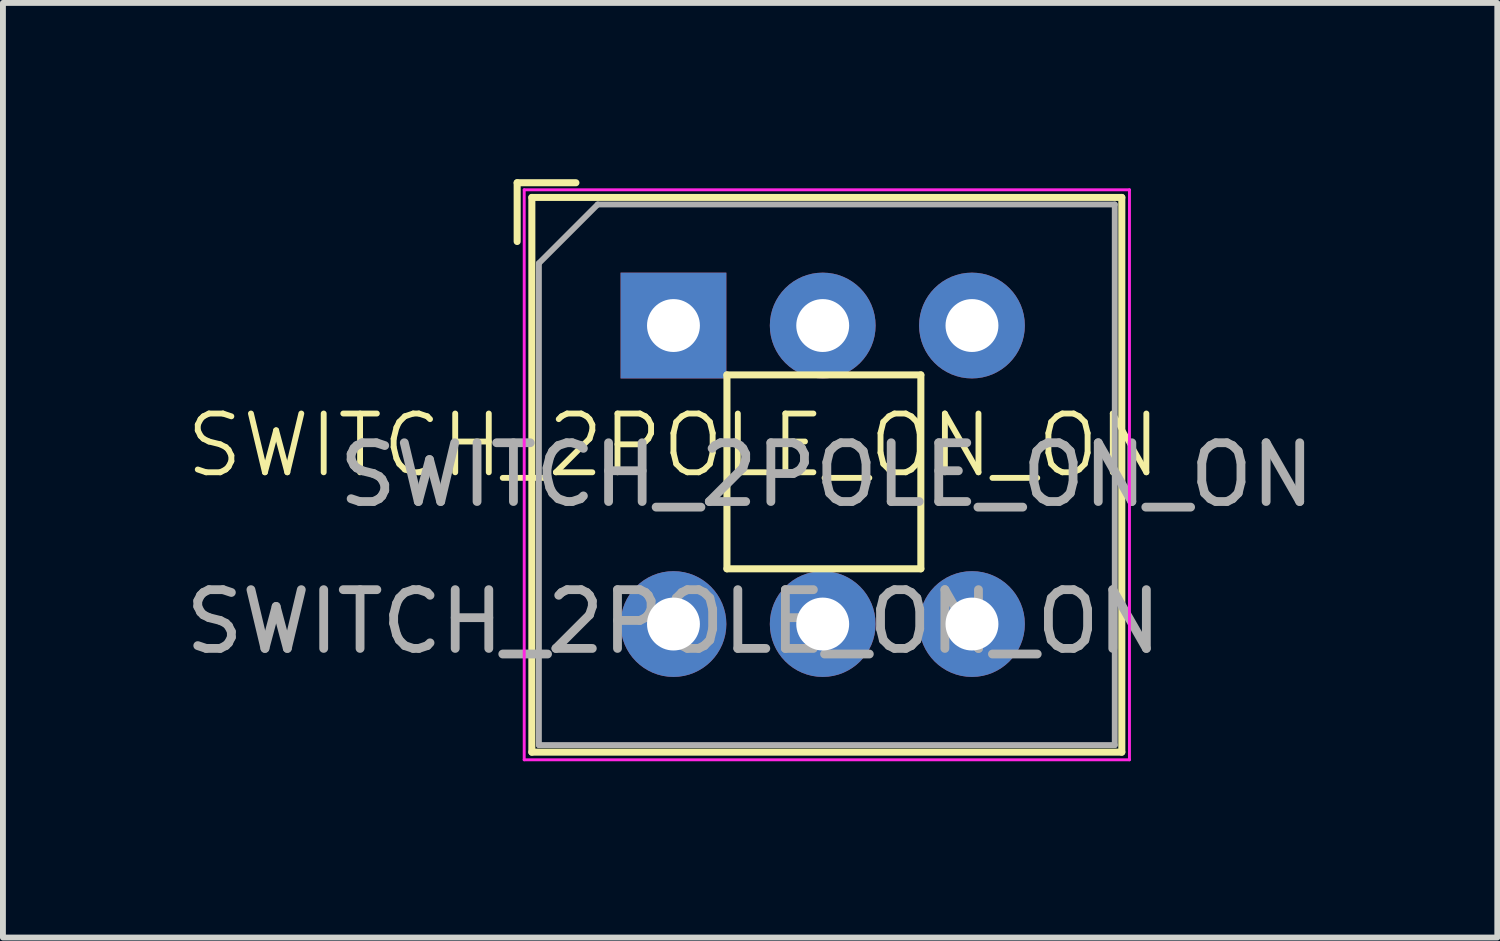
<source format=kicad_pcb>
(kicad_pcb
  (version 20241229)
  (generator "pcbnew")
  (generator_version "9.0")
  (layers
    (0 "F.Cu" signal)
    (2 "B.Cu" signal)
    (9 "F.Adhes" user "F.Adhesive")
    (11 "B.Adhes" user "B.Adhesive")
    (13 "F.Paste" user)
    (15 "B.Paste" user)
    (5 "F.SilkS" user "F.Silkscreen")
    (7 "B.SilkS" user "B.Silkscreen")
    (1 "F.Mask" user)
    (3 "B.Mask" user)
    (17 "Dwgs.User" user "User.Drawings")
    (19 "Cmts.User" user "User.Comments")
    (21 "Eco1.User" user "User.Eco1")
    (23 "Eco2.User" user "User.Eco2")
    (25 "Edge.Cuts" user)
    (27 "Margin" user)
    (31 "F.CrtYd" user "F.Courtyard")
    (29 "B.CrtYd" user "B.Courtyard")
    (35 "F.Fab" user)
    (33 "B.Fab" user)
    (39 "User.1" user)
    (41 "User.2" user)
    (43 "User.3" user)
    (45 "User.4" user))
  (footprint "SWITCH_2POLE_ON_ON"
    (layer "F.Cu")
    (at 8.411 5.03)
    (property "Reference" "SWITCH_2POLE_ON_ON" (at 0 -0.5 0) (unlocked yes) (layer "F.SilkS") (effects (font (size 1 1) (thickness 0.1))))
    (fp_line (start -2.66 -3.97) (end -2.66 -4.97) (stroke (width 0.12) (type solid)) (layer "F.SilkS"))
    (fp_line (start -2.41 4.72) (end -2.41 -4.72) (stroke (width 0.12) (type solid)) (layer "F.SilkS"))
    (fp_line (start -1.66 -4.97) (end -2.66 -4.97) (stroke (width 0.12) (type solid)) (layer "F.SilkS"))
    (fp_line (start 0.91 -1.7) (end 0.91 1.6) (stroke (width 0.12) (type solid)) (layer "F.SilkS"))
    (fp_line (start 4.21 -1.7) (end 0.91 -1.7) (stroke (width 0.12) (type solid)) (layer "F.SilkS"))
    (fp_line (start 4.21 -1.7) (end 4.21 1.6) (stroke (width 0.12) (type solid)) (layer "F.SilkS"))
    (fp_line (start 4.21 1.6) (end 0.91 1.6) (stroke (width 0.12) (type solid)) (layer "F.SilkS"))
    (fp_line (start 7.63 -4.72) (end -2.41 -4.72) (stroke (width 0.12) (type solid)) (layer "F.SilkS"))
    (fp_line (start 7.63 4.72) (end -2.41 4.72) (stroke (width 0.12) (type solid)) (layer "F.SilkS"))
    (fp_line (start 7.63 4.72) (end 7.63 -4.72) (stroke (width 0.12) (type solid)) (layer "F.SilkS"))
    (fp_line (start -2.54 -4.85) (end 7.76 -4.85) (stroke (width 0.05) (type solid)) (layer "F.CrtYd"))
    (fp_line (start -2.54 4.85) (end -2.54 -4.85) (stroke (width 0.05) (type solid)) (layer "F.CrtYd"))
    (fp_line (start -2.54 4.85) (end 7.76 4.85) (stroke (width 0.05) (type solid)) (layer "F.CrtYd"))
    (fp_line (start 7.76 -4.85) (end 7.76 4.85) (stroke (width 0.05) (type solid)) (layer "F.CrtYd"))
    (fp_line (start -2.29 -3.6) (end -1.29 -4.6) (stroke (width 0.1) (type solid)) (layer "F.Fab"))
    (fp_line (start -2.29 4.6) (end -2.29 -3.6) (stroke (width 0.1) (type solid)) (layer "F.Fab"))
    (fp_line (start -1.29 -4.6) (end 7.51 -4.6) (stroke (width 0.1) (type solid)) (layer "F.Fab"))
    (fp_line (start 7.51 -4.6) (end 7.51 4.6) (stroke (width 0.1) (type solid)) (layer "F.Fab"))
    (fp_line (start 7.51 4.6) (end -2.29 4.6) (stroke (width 0.1) (type solid)) (layer "F.Fab"))
    (fp_text user "${REFERENCE}" (at 2.61 0 0) (layer "F.Fab") (effects (font (size 1 1) (thickness 0.15))))
    (fp_text user "${REFERENCE}" (at 0 2.5 0) (unlocked yes) (layer "F.Fab") (effects (font (size 1 1) (thickness 0.15))))
    (pad "1" thru_hole rect (at 0 -2.54) (size 1.8 1.8) (drill 0.9) (layers "*.Cu" "*.Mask"))
    (pad "2" thru_hole circle (at 2.54 -2.54) (size 1.8 1.8) (drill 0.9) (layers "*.Cu" "*.Mask"))
    (pad "3" thru_hole circle (at 5.08 -2.54) (size 1.8 1.8) (drill 0.9) (layers "*.Cu" "*.Mask"))
    (pad "4" thru_hole circle (at 0 2.54) (size 1.8 1.8) (drill 0.9) (layers "*.Cu" "*.Mask"))
    (pad "5" thru_hole circle (at 2.54 2.54) (size 1.8 1.8) (drill 0.9) (layers "*.Cu" "*.Mask"))
    (pad "6" thru_hole circle (at 5.08 2.54) (size 1.8 1.8) (drill 0.9) (layers "*.Cu" "*.Mask")))
  (gr_rect
    (start -3 -3)
    (end 22.431 12.905)
    (stroke (width 0.1) (type default))
    (fill no)
    (layer "Edge.Cuts")))
</source>
